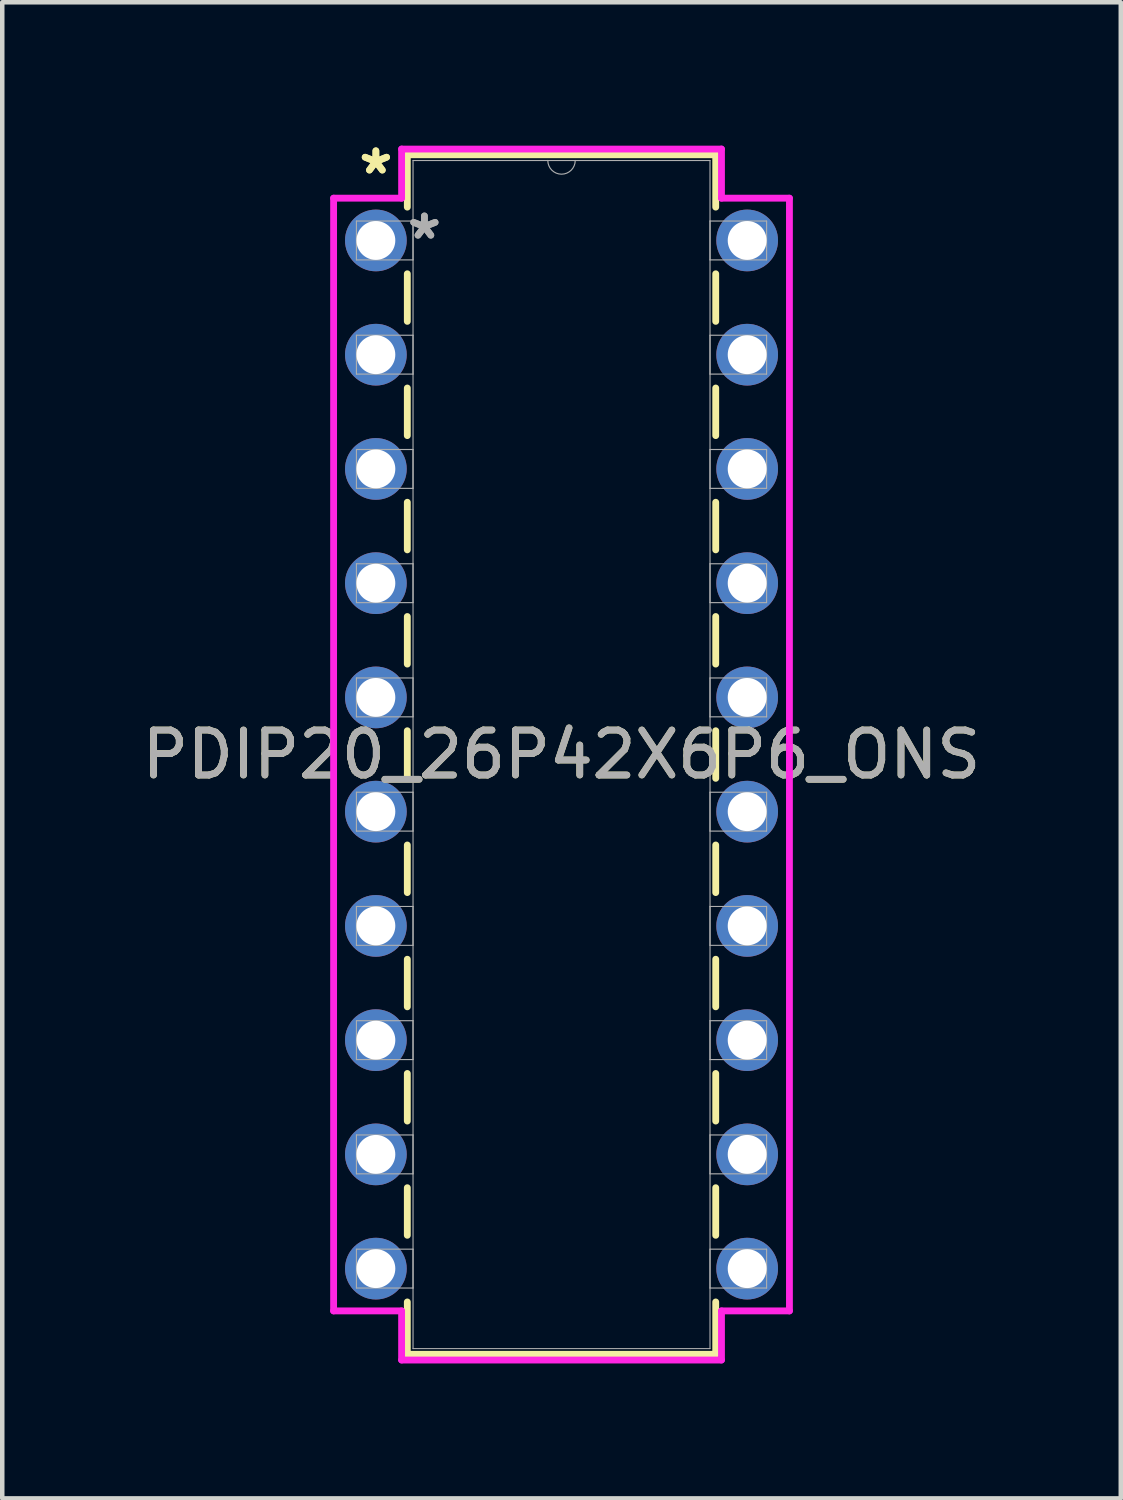
<source format=kicad_pcb>
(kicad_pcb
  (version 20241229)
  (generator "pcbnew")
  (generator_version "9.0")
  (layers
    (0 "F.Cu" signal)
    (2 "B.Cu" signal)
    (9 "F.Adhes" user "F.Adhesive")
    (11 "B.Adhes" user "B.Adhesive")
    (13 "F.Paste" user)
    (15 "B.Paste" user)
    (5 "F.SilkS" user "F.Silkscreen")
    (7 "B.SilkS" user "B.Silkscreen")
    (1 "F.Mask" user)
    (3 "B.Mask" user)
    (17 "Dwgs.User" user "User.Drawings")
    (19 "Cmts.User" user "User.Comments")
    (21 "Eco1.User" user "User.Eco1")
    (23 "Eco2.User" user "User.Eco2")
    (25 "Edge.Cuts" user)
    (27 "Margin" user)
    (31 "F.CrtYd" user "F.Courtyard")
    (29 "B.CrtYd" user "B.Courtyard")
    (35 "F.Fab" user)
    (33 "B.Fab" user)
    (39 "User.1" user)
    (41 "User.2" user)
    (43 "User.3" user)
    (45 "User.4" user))
  (footprint "PDIP20_26P42X6P6_ONS"
    (layer "F.Cu")
    (at 5.307 2.296)
    (property "Reference" "PDIP20_26P42X6P6_ONS" (at 4.128 11.43 0) (unlocked yes) (layer "F.SilkS") (effects (font (size 1 1) (thickness 0.15))))
    (attr through_hole)
    (fp_line (start 0.699 -1.905) (end 0.699 -0.741) (stroke (width 0.152) (type solid)) (layer "F.SilkS"))
    (fp_line (start 0.699 0.741) (end 0.699 1.799) (stroke (width 0.152) (type solid)) (layer "F.SilkS"))
    (fp_line (start 0.699 3.281) (end 0.699 4.339) (stroke (width 0.152) (type solid)) (layer "F.SilkS"))
    (fp_line (start 0.699 5.821) (end 0.699 6.879) (stroke (width 0.152) (type solid)) (layer "F.SilkS"))
    (fp_line (start 0.699 8.361) (end 0.699 9.419) (stroke (width 0.152) (type solid)) (layer "F.SilkS"))
    (fp_line (start 0.699 10.901) (end 0.699 11.959) (stroke (width 0.152) (type solid)) (layer "F.SilkS"))
    (fp_line (start 0.699 13.441) (end 0.699 14.499) (stroke (width 0.152) (type solid)) (layer "F.SilkS"))
    (fp_line (start 0.699 15.981) (end 0.699 17.039) (stroke (width 0.152) (type solid)) (layer "F.SilkS"))
    (fp_line (start 0.699 18.521) (end 0.699 19.579) (stroke (width 0.152) (type solid)) (layer "F.SilkS"))
    (fp_line (start 0.699 21.061) (end 0.699 22.119) (stroke (width 0.152) (type solid)) (layer "F.SilkS"))
    (fp_line (start 0.699 23.601) (end 0.699 24.765) (stroke (width 0.152) (type solid)) (layer "F.SilkS"))
    (fp_line (start 0.699 24.765) (end 7.556 24.765) (stroke (width 0.152) (type solid)) (layer "F.SilkS"))
    (fp_line (start 7.556 -1.905) (end 0.699 -1.905) (stroke (width 0.152) (type solid)) (layer "F.SilkS"))
    (fp_line (start 7.556 -0.741) (end 7.556 -1.905) (stroke (width 0.152) (type solid)) (layer "F.SilkS"))
    (fp_line (start 7.556 1.799) (end 7.556 0.741) (stroke (width 0.152) (type solid)) (layer "F.SilkS"))
    (fp_line (start 7.556 4.339) (end 7.556 3.281) (stroke (width 0.152) (type solid)) (layer "F.SilkS"))
    (fp_line (start 7.556 6.879) (end 7.556 5.821) (stroke (width 0.152) (type solid)) (layer "F.SilkS"))
    (fp_line (start 7.556 9.419) (end 7.556 8.361) (stroke (width 0.152) (type solid)) (layer "F.SilkS"))
    (fp_line (start 7.556 11.959) (end 7.556 10.901) (stroke (width 0.152) (type solid)) (layer "F.SilkS"))
    (fp_line (start 7.556 14.499) (end 7.556 13.441) (stroke (width 0.152) (type solid)) (layer "F.SilkS"))
    (fp_line (start 7.556 17.039) (end 7.556 15.981) (stroke (width 0.152) (type solid)) (layer "F.SilkS"))
    (fp_line (start 7.556 19.579) (end 7.556 18.521) (stroke (width 0.152) (type solid)) (layer "F.SilkS"))
    (fp_line (start 7.556 22.119) (end 7.556 21.061) (stroke (width 0.152) (type solid)) (layer "F.SilkS"))
    (fp_line (start 7.556 24.765) (end 7.556 23.601) (stroke (width 0.152) (type solid)) (layer "F.SilkS"))
    (fp_line (start -0.94 -0.94) (end 0.572 -0.94) (stroke (width 0.152) (type solid)) (layer "F.CrtYd"))
    (fp_line (start -0.94 23.8) (end -0.94 -0.94) (stroke (width 0.152) (type solid)) (layer "F.CrtYd"))
    (fp_line (start 0.572 -2.032) (end 7.684 -2.032) (stroke (width 0.152) (type solid)) (layer "F.CrtYd"))
    (fp_line (start 0.572 -0.94) (end 0.572 -2.032) (stroke (width 0.152) (type solid)) (layer "F.CrtYd"))
    (fp_line (start 0.572 23.8) (end -0.94 23.8) (stroke (width 0.152) (type solid)) (layer "F.CrtYd"))
    (fp_line (start 0.572 24.892) (end 0.572 23.8) (stroke (width 0.152) (type solid)) (layer "F.CrtYd"))
    (fp_line (start 7.684 -2.032) (end 7.684 -0.94) (stroke (width 0.152) (type solid)) (layer "F.CrtYd"))
    (fp_line (start 7.684 23.8) (end 7.684 24.892) (stroke (width 0.152) (type solid)) (layer "F.CrtYd"))
    (fp_line (start 7.684 24.892) (end 0.572 24.892) (stroke (width 0.152) (type solid)) (layer "F.CrtYd"))
    (fp_line (start 9.195 -0.94) (end 7.684 -0.94) (stroke (width 0.152) (type solid)) (layer "F.CrtYd"))
    (fp_line (start 9.195 -0.94) (end 9.195 23.8) (stroke (width 0.152) (type solid)) (layer "F.CrtYd"))
    (fp_line (start 9.195 23.8) (end 7.684 23.8) (stroke (width 0.152) (type solid)) (layer "F.CrtYd"))
    (fp_line (start -0.432 -0.432) (end -0.432 0.432) (stroke (width 0.025) (type solid)) (layer "F.Fab"))
    (fp_line (start -0.432 0.432) (end 0.826 0.432) (stroke (width 0.025) (type solid)) (layer "F.Fab"))
    (fp_line (start -0.432 2.108) (end -0.432 2.972) (stroke (width 0.025) (type solid)) (layer "F.Fab"))
    (fp_line (start -0.432 2.972) (end 0.826 2.972) (stroke (width 0.025) (type solid)) (layer "F.Fab"))
    (fp_line (start -0.432 4.648) (end -0.432 5.512) (stroke (width 0.025) (type solid)) (layer "F.Fab"))
    (fp_line (start -0.432 5.512) (end 0.826 5.512) (stroke (width 0.025) (type solid)) (layer "F.Fab"))
    (fp_line (start -0.432 7.188) (end -0.432 8.052) (stroke (width 0.025) (type solid)) (layer "F.Fab"))
    (fp_line (start -0.432 8.052) (end 0.826 8.052) (stroke (width 0.025) (type solid)) (layer "F.Fab"))
    (fp_line (start -0.432 9.728) (end -0.432 10.592) (stroke (width 0.025) (type solid)) (layer "F.Fab"))
    (fp_line (start -0.432 10.592) (end 0.826 10.592) (stroke (width 0.025) (type solid)) (layer "F.Fab"))
    (fp_line (start -0.432 12.268) (end -0.432 13.132) (stroke (width 0.025) (type solid)) (layer "F.Fab"))
    (fp_line (start -0.432 13.132) (end 0.826 13.132) (stroke (width 0.025) (type solid)) (layer "F.Fab"))
    (fp_line (start -0.432 14.808) (end -0.432 15.672) (stroke (width 0.025) (type solid)) (layer "F.Fab"))
    (fp_line (start -0.432 15.672) (end 0.826 15.672) (stroke (width 0.025) (type solid)) (layer "F.Fab"))
    (fp_line (start -0.432 17.348) (end -0.432 18.212) (stroke (width 0.025) (type solid)) (layer "F.Fab"))
    (fp_line (start -0.432 18.212) (end 0.826 18.212) (stroke (width 0.025) (type solid)) (layer "F.Fab"))
    (fp_line (start -0.432 19.888) (end -0.432 20.752) (stroke (width 0.025) (type solid)) (layer "F.Fab"))
    (fp_line (start -0.432 20.752) (end 0.826 20.752) (stroke (width 0.025) (type solid)) (layer "F.Fab"))
    (fp_line (start -0.432 22.428) (end -0.432 23.292) (stroke (width 0.025) (type solid)) (layer "F.Fab"))
    (fp_line (start -0.432 23.292) (end 0.826 23.292) (stroke (width 0.025) (type solid)) (layer "F.Fab"))
    (fp_line (start 0.826 -1.778) (end 0.826 24.638) (stroke (width 0.025) (type solid)) (layer "F.Fab"))
    (fp_line (start 0.826 -0.432) (end -0.432 -0.432) (stroke (width 0.025) (type solid)) (layer "F.Fab"))
    (fp_line (start 0.826 0.432) (end 0.826 -0.432) (stroke (width 0.025) (type solid)) (layer "F.Fab"))
    (fp_line (start 0.826 2.108) (end -0.432 2.108) (stroke (width 0.025) (type solid)) (layer "F.Fab"))
    (fp_line (start 0.826 2.972) (end 0.826 2.108) (stroke (width 0.025) (type solid)) (layer "F.Fab"))
    (fp_line (start 0.826 4.648) (end -0.432 4.648) (stroke (width 0.025) (type solid)) (layer "F.Fab"))
    (fp_line (start 0.826 5.512) (end 0.826 4.648) (stroke (width 0.025) (type solid)) (layer "F.Fab"))
    (fp_line (start 0.826 7.188) (end -0.432 7.188) (stroke (width 0.025) (type solid)) (layer "F.Fab"))
    (fp_line (start 0.826 8.052) (end 0.826 7.188) (stroke (width 0.025) (type solid)) (layer "F.Fab"))
    (fp_line (start 0.826 9.728) (end -0.432 9.728) (stroke (width 0.025) (type solid)) (layer "F.Fab"))
    (fp_line (start 0.826 10.592) (end 0.826 9.728) (stroke (width 0.025) (type solid)) (layer "F.Fab"))
    (fp_line (start 0.826 12.268) (end -0.432 12.268) (stroke (width 0.025) (type solid)) (layer "F.Fab"))
    (fp_line (start 0.826 13.132) (end 0.826 12.268) (stroke (width 0.025) (type solid)) (layer "F.Fab"))
    (fp_line (start 0.826 14.808) (end -0.432 14.808) (stroke (width 0.025) (type solid)) (layer "F.Fab"))
    (fp_line (start 0.826 15.672) (end 0.826 14.808) (stroke (width 0.025) (type solid)) (layer "F.Fab"))
    (fp_line (start 0.826 17.348) (end -0.432 17.348) (stroke (width 0.025) (type solid)) (layer "F.Fab"))
    (fp_line (start 0.826 18.212) (end 0.826 17.348) (stroke (width 0.025) (type solid)) (layer "F.Fab"))
    (fp_line (start 0.826 19.888) (end -0.432 19.888) (stroke (width 0.025) (type solid)) (layer "F.Fab"))
    (fp_line (start 0.826 20.752) (end 0.826 19.888) (stroke (width 0.025) (type solid)) (layer "F.Fab"))
    (fp_line (start 0.826 22.428) (end -0.432 22.428) (stroke (width 0.025) (type solid)) (layer "F.Fab"))
    (fp_line (start 0.826 23.292) (end 0.826 22.428) (stroke (width 0.025) (type solid)) (layer "F.Fab"))
    (fp_line (start 0.826 24.638) (end 7.429 24.638) (stroke (width 0.025) (type solid)) (layer "F.Fab"))
    (fp_line (start 7.429 -1.778) (end 0.826 -1.778) (stroke (width 0.025) (type solid)) (layer "F.Fab"))
    (fp_line (start 7.429 -0.432) (end 7.429 0.432) (stroke (width 0.025) (type solid)) (layer "F.Fab"))
    (fp_line (start 7.429 0.432) (end 8.687 0.432) (stroke (width 0.025) (type solid)) (layer "F.Fab"))
    (fp_line (start 7.429 2.108) (end 7.429 2.972) (stroke (width 0.025) (type solid)) (layer "F.Fab"))
    (fp_line (start 7.429 2.972) (end 8.687 2.972) (stroke (width 0.025) (type solid)) (layer "F.Fab"))
    (fp_line (start 7.429 4.648) (end 7.429 5.512) (stroke (width 0.025) (type solid)) (layer "F.Fab"))
    (fp_line (start 7.429 5.512) (end 8.687 5.512) (stroke (width 0.025) (type solid)) (layer "F.Fab"))
    (fp_line (start 7.429 7.188) (end 7.429 8.052) (stroke (width 0.025) (type solid)) (layer "F.Fab"))
    (fp_line (start 7.429 8.052) (end 8.687 8.052) (stroke (width 0.025) (type solid)) (layer "F.Fab"))
    (fp_line (start 7.429 9.728) (end 7.429 10.592) (stroke (width 0.025) (type solid)) (layer "F.Fab"))
    (fp_line (start 7.429 10.592) (end 8.687 10.592) (stroke (width 0.025) (type solid)) (layer "F.Fab"))
    (fp_line (start 7.429 12.268) (end 7.429 13.132) (stroke (width 0.025) (type solid)) (layer "F.Fab"))
    (fp_line (start 7.429 13.132) (end 8.687 13.132) (stroke (width 0.025) (type solid)) (layer "F.Fab"))
    (fp_line (start 7.429 14.808) (end 7.429 15.672) (stroke (width 0.025) (type solid)) (layer "F.Fab"))
    (fp_line (start 7.429 15.672) (end 8.687 15.672) (stroke (width 0.025) (type solid)) (layer "F.Fab"))
    (fp_line (start 7.429 17.348) (end 7.429 18.212) (stroke (width 0.025) (type solid)) (layer "F.Fab"))
    (fp_line (start 7.429 18.212) (end 8.687 18.212) (stroke (width 0.025) (type solid)) (layer "F.Fab"))
    (fp_line (start 7.429 19.888) (end 7.429 20.752) (stroke (width 0.025) (type solid)) (layer "F.Fab"))
    (fp_line (start 7.429 20.752) (end 8.687 20.752) (stroke (width 0.025) (type solid)) (layer "F.Fab"))
    (fp_line (start 7.429 22.428) (end 7.429 23.292) (stroke (width 0.025) (type solid)) (layer "F.Fab"))
    (fp_line (start 7.429 23.292) (end 8.687 23.292) (stroke (width 0.025) (type solid)) (layer "F.Fab"))
    (fp_line (start 7.429 24.638) (end 7.429 -1.778) (stroke (width 0.025) (type solid)) (layer "F.Fab"))
    (fp_line (start 8.687 -0.432) (end 7.429 -0.432) (stroke (width 0.025) (type solid)) (layer "F.Fab"))
    (fp_line (start 8.687 0.432) (end 8.687 -0.432) (stroke (width 0.025) (type solid)) (layer "F.Fab"))
    (fp_line (start 8.687 2.108) (end 7.429 2.108) (stroke (width 0.025) (type solid)) (layer "F.Fab"))
    (fp_line (start 8.687 2.972) (end 8.687 2.108) (stroke (width 0.025) (type solid)) (layer "F.Fab"))
    (fp_line (start 8.687 4.648) (end 7.429 4.648) (stroke (width 0.025) (type solid)) (layer "F.Fab"))
    (fp_line (start 8.687 5.512) (end 8.687 4.648) (stroke (width 0.025) (type solid)) (layer "F.Fab"))
    (fp_line (start 8.687 7.188) (end 7.429 7.188) (stroke (width 0.025) (type solid)) (layer "F.Fab"))
    (fp_line (start 8.687 8.052) (end 8.687 7.188) (stroke (width 0.025) (type solid)) (layer "F.Fab"))
    (fp_line (start 8.687 9.728) (end 7.429 9.728) (stroke (width 0.025) (type solid)) (layer "F.Fab"))
    (fp_line (start 8.687 10.592) (end 8.687 9.728) (stroke (width 0.025) (type solid)) (layer "F.Fab"))
    (fp_line (start 8.687 12.268) (end 7.429 12.268) (stroke (width 0.025) (type solid)) (layer "F.Fab"))
    (fp_line (start 8.687 13.132) (end 8.687 12.268) (stroke (width 0.025) (type solid)) (layer "F.Fab"))
    (fp_line (start 8.687 14.808) (end 7.429 14.808) (stroke (width 0.025) (type solid)) (layer "F.Fab"))
    (fp_line (start 8.687 15.672) (end 8.687 14.808) (stroke (width 0.025) (type solid)) (layer "F.Fab"))
    (fp_line (start 8.687 17.348) (end 7.429 17.348) (stroke (width 0.025) (type solid)) (layer "F.Fab"))
    (fp_line (start 8.687 18.212) (end 8.687 17.348) (stroke (width 0.025) (type solid)) (layer "F.Fab"))
    (fp_line (start 8.687 19.888) (end 7.429 19.888) (stroke (width 0.025) (type solid)) (layer "F.Fab"))
    (fp_line (start 8.687 20.752) (end 8.687 19.888) (stroke (width 0.025) (type solid)) (layer "F.Fab"))
    (fp_line (start 8.687 22.428) (end 7.429 22.428) (stroke (width 0.025) (type solid)) (layer "F.Fab"))
    (fp_line (start 8.687 23.292) (end 8.687 22.428) (stroke (width 0.025) (type solid)) (layer "F.Fab"))
    (fp_arc (start 4.4323 -1.778) (mid 4.1275 -1.4732) (end 3.8227 -1.778) (stroke (width 0.0254) (type solid)) (layer "F.Fab"))
    (fp_text user "*" (at 0 -1.448 0) (unlocked yes) (layer "F.SilkS") (effects (font (size 1 1) (thickness 0.15))))
    (fp_text user "*" (at 0 -1.448 0) (layer "F.SilkS") (effects (font (size 1 1) (thickness 0.15))))
    (fp_text user "*" (at 1.079 0 0) (unlocked yes) (layer "F.Fab") (effects (font (size 1 1) (thickness 0.15))))
    (fp_text user "${REFERENCE}" (at 4.128 11.43 0) (unlocked yes) (layer "F.Fab") (effects (font (size 1 1) (thickness 0.15))))
    (fp_text user "*" (at 1.079 0 0) (layer "F.Fab") (effects (font (size 1 1) (thickness 0.15))))
    (pad "1" thru_hole circle (at 0 0) (size 1.372 1.372) (drill 0.864) (layers "*.Cu" "*.Mask"))
    (pad "2" thru_hole circle (at 0 2.54) (size 1.372 1.372) (drill 0.864) (layers "*.Cu" "*.Mask"))
    (pad "3" thru_hole circle (at 0 5.08) (size 1.372 1.372) (drill 0.864) (layers "*.Cu" "*.Mask"))
    (pad "4" thru_hole circle (at 0 7.62) (size 1.372 1.372) (drill 0.864) (layers "*.Cu" "*.Mask"))
    (pad "5" thru_hole circle (at 0 10.16) (size 1.372 1.372) (drill 0.864) (layers "*.Cu" "*.Mask"))
    (pad "6" thru_hole circle (at 0 12.7) (size 1.372 1.372) (drill 0.864) (layers "*.Cu" "*.Mask"))
    (pad "7" thru_hole circle (at 0 15.24) (size 1.372 1.372) (drill 0.864) (layers "*.Cu" "*.Mask"))
    (pad "8" thru_hole circle (at 0 17.78) (size 1.372 1.372) (drill 0.864) (layers "*.Cu" "*.Mask"))
    (pad "9" thru_hole circle (at 0 20.32) (size 1.372 1.372) (drill 0.864) (layers "*.Cu" "*.Mask"))
    (pad "10" thru_hole circle (at 0 22.86) (size 1.372 1.372) (drill 0.864) (layers "*.Cu" "*.Mask"))
    (pad "11" thru_hole circle (at 8.255 22.86) (size 1.372 1.372) (drill 0.864) (layers "*.Cu" "*.Mask"))
    (pad "12" thru_hole circle (at 8.255 20.32) (size 1.372 1.372) (drill 0.864) (layers "*.Cu" "*.Mask"))
    (pad "13" thru_hole circle (at 8.255 17.78) (size 1.372 1.372) (drill 0.864) (layers "*.Cu" "*.Mask"))
    (pad "14" thru_hole circle (at 8.255 15.24) (size 1.372 1.372) (drill 0.864) (layers "*.Cu" "*.Mask"))
    (pad "15" thru_hole circle (at 8.255 12.7) (size 1.372 1.372) (drill 0.864) (layers "*.Cu" "*.Mask"))
    (pad "16" thru_hole circle (at 8.255 10.16) (size 1.372 1.372) (drill 0.864) (layers "*.Cu" "*.Mask"))
    (pad "17" thru_hole circle (at 8.255 7.62) (size 1.372 1.372) (drill 0.864) (layers "*.Cu" "*.Mask"))
    (pad "18" thru_hole circle (at 8.255 5.08) (size 1.372 1.372) (drill 0.864) (layers "*.Cu" "*.Mask"))
    (pad "19" thru_hole circle (at 8.255 2.54) (size 1.372 1.372) (drill 0.864) (layers "*.Cu" "*.Mask"))
    (pad "20" thru_hole circle (at 8.255 0) (size 1.372 1.372) (drill 0.864) (layers "*.Cu" "*.Mask")))
  (gr_rect
    (start -3 -3)
    (end 21.869 30.264)
    (stroke (width 0.1) (type default))
    (fill no)
    (layer "Edge.Cuts")))
</source>
